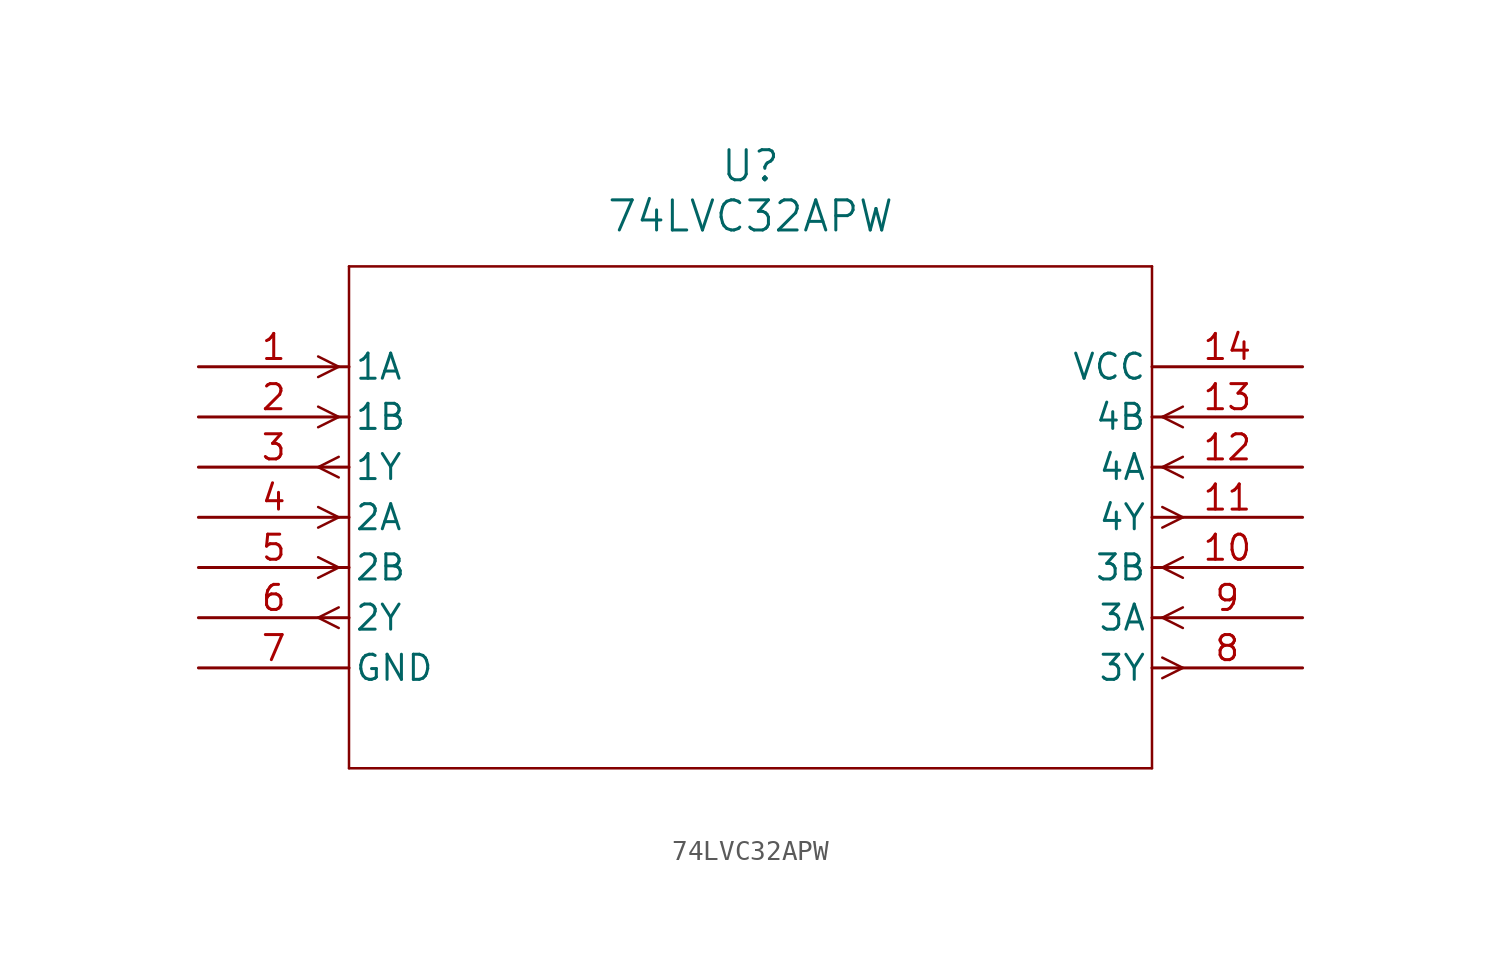
<source format=kicad_sym>
(kicad_symbol_lib
  (version 20211014)
  (generator kicad_symbol_editor)
  (symbol "74LVC32APW"
    (pin_names
      (offset 0.254))
    (property "Reference" "U"
      (at 27.94 10.16 0)
      (effects (font (size 1.524 1.524))))
    (property "Value" "74LVC32APW"
      (at 27.94 7.62 0)
      (effects (font (size 1.524 1.524))))
    (symbol "74LVC32APW_0_1"
      (polyline (pts (xy 7.099 0) (xy 6.058 0.521)) (stroke (width 0.127) (type default) (color 0 0 0 0)) (fill (type none)))
      (polyline (pts (xy 7.099 0) (xy 6.058 -0.521)) (stroke (width 0.127) (type default) (color 0 0 0 0)) (fill (type none)))
      (polyline (pts (xy 7.099 -2.54) (xy 6.058 -2.019)) (stroke (width 0.127) (type default) (color 0 0 0 0)) (fill (type none)))
      (polyline (pts (xy 7.099 -2.54) (xy 6.058 -3.061)) (stroke (width 0.127) (type default) (color 0 0 0 0)) (fill (type none)))
      (polyline (pts (xy 7.099 -4.559) (xy 6.058 -5.08)) (stroke (width 0.127) (type default) (color 0 0 0 0)) (fill (type none)))
      (polyline (pts (xy 7.099 -5.601) (xy 6.058 -5.08)) (stroke (width 0.127) (type default) (color 0 0 0 0)) (fill (type none)))
      (polyline (pts (xy 7.099 -7.62) (xy 6.058 -7.099)) (stroke (width 0.127) (type default) (color 0 0 0 0)) (fill (type none)))
      (polyline (pts (xy 7.099 -7.62) (xy 6.058 -8.141)) (stroke (width 0.127) (type default) (color 0 0 0 0)) (fill (type none)))
      (polyline (pts (xy 7.099 -10.16) (xy 6.058 -9.639)) (stroke (width 0.127) (type default) (color 0 0 0 0)) (fill (type none)))
      (polyline (pts (xy 7.099 -10.16) (xy 6.058 -10.681)) (stroke (width 0.127) (type default) (color 0 0 0 0)) (fill (type none)))
      (polyline (pts (xy 7.099 -12.179) (xy 6.058 -12.7)) (stroke (width 0.127) (type default) (color 0 0 0 0)) (fill (type none)))
      (polyline (pts (xy 7.099 -13.221) (xy 6.058 -12.7)) (stroke (width 0.127) (type default) (color 0 0 0 0)) (fill (type none)))
      (polyline (pts (xy 48.781 -14.719) (xy 49.822 -15.24)) (stroke (width 0.127) (type default) (color 0 0 0 0)) (fill (type none)))
      (polyline (pts (xy 48.781 -15.761) (xy 49.822 -15.24)) (stroke (width 0.127) (type default) (color 0 0 0 0)) (fill (type none)))
      (polyline (pts (xy 48.781 -12.7) (xy 49.822 -12.179)) (stroke (width 0.127) (type default) (color 0 0 0 0)) (fill (type none)))
      (polyline (pts (xy 48.781 -12.7) (xy 49.822 -13.221)) (stroke (width 0.127) (type default) (color 0 0 0 0)) (fill (type none)))
      (polyline (pts (xy 48.781 -10.16) (xy 49.822 -9.639)) (stroke (width 0.127) (type default) (color 0 0 0 0)) (fill (type none)))
      (polyline (pts (xy 48.781 -10.16) (xy 49.822 -10.681)) (stroke (width 0.127) (type default) (color 0 0 0 0)) (fill (type none)))
      (polyline (pts (xy 48.781 -7.099) (xy 49.822 -7.62)) (stroke (width 0.127) (type default) (color 0 0 0 0)) (fill (type none)))
      (polyline (pts (xy 48.781 -8.141) (xy 49.822 -7.62)) (stroke (width 0.127) (type default) (color 0 0 0 0)) (fill (type none)))
      (polyline (pts (xy 48.781 -5.08) (xy 49.822 -4.559)) (stroke (width 0.127) (type default) (color 0 0 0 0)) (fill (type none)))
      (polyline (pts (xy 48.781 -5.08) (xy 49.822 -5.601)) (stroke (width 0.127) (type default) (color 0 0 0 0)) (fill (type none)))
      (polyline (pts (xy 48.781 -2.54) (xy 49.822 -2.019)) (stroke (width 0.127) (type default) (color 0 0 0 0)) (fill (type none)))
      (polyline (pts (xy 48.781 -2.54) (xy 49.822 -3.061)) (stroke (width 0.127) (type default) (color 0 0 0 0)) (fill (type none)))
      (polyline (pts (xy 7.62 5.08) (xy 7.62 -20.32)) (stroke (width 0.127) (type default) (color 0 0 0 0)) (fill (type none)))
      (polyline (pts (xy 7.62 -20.32) (xy 48.26 -20.32)) (stroke (width 0.127) (type default) (color 0 0 0 0)) (fill (type none)))
      (polyline (pts (xy 48.26 -20.32) (xy 48.26 5.08)) (stroke (width 0.127) (type default) (color 0 0 0 0)) (fill (type none)))
      (polyline (pts (xy 48.26 5.08) (xy 7.62 5.08)) (stroke (width 0.127) (type default) (color 0 0 0 0)) (fill (type none)))
      (pin input line (at 0 0 0) (length 7.62) (name "1A" (effects (font (size 1.27 1.27)))) (number "1" (effects (font (size 1.27 1.27)))))
      (pin input line (at 0 -2.54 0) (length 7.62) (name "1B" (effects (font (size 1.27 1.27)))) (number "2" (effects (font (size 1.27 1.27)))))
      (pin output line (at 0 -5.08 0) (length 7.62) (name "1Y" (effects (font (size 1.27 1.27)))) (number "3" (effects (font (size 1.27 1.27)))))
      (pin input line (at 0 -7.62 0) (length 7.62) (name "2A" (effects (font (size 1.27 1.27)))) (number "4" (effects (font (size 1.27 1.27)))))
      (pin input line (at 0 -10.16 0) (length 7.62) (name "2B" (effects (font (size 1.27 1.27)))) (number "5" (effects (font (size 1.27 1.27)))))
      (pin output line (at 0 -12.7 0) (length 7.62) (name "2Y" (effects (font (size 1.27 1.27)))) (number "6" (effects (font (size 1.27 1.27)))))
      (pin power_in line (at 0 -15.24 0) (length 7.62) (name "GND" (effects (font (size 1.27 1.27)))) (number "7" (effects (font (size 1.27 1.27)))))
      (pin output line (at 55.88 -15.24 180) (length 7.62) (name "3Y" (effects (font (size 1.27 1.27)))) (number "8" (effects (font (size 1.27 1.27)))))
      (pin input line (at 55.88 -12.7 180) (length 7.62) (name "3A" (effects (font (size 1.27 1.27)))) (number "9" (effects (font (size 1.27 1.27)))))
      (pin input line (at 55.88 -10.16 180) (length 7.62) (name "3B" (effects (font (size 1.27 1.27)))) (number "10" (effects (font (size 1.27 1.27)))))
      (pin output line (at 55.88 -7.62 180) (length 7.62) (name "4Y" (effects (font (size 1.27 1.27)))) (number "11" (effects (font (size 1.27 1.27)))))
      (pin input line (at 55.88 -5.08 180) (length 7.62) (name "4A" (effects (font (size 1.27 1.27)))) (number "12" (effects (font (size 1.27 1.27)))))
      (pin input line (at 55.88 -2.54 180) (length 7.62) (name "4B" (effects (font (size 1.27 1.27)))) (number "13" (effects (font (size 1.27 1.27)))))
      (pin power_in line (at 55.88 0 180) (length 7.62) (name "VCC" (effects (font (size 1.27 1.27)))) (number "14" (effects (font (size 1.27 1.27))))))))
</source>
